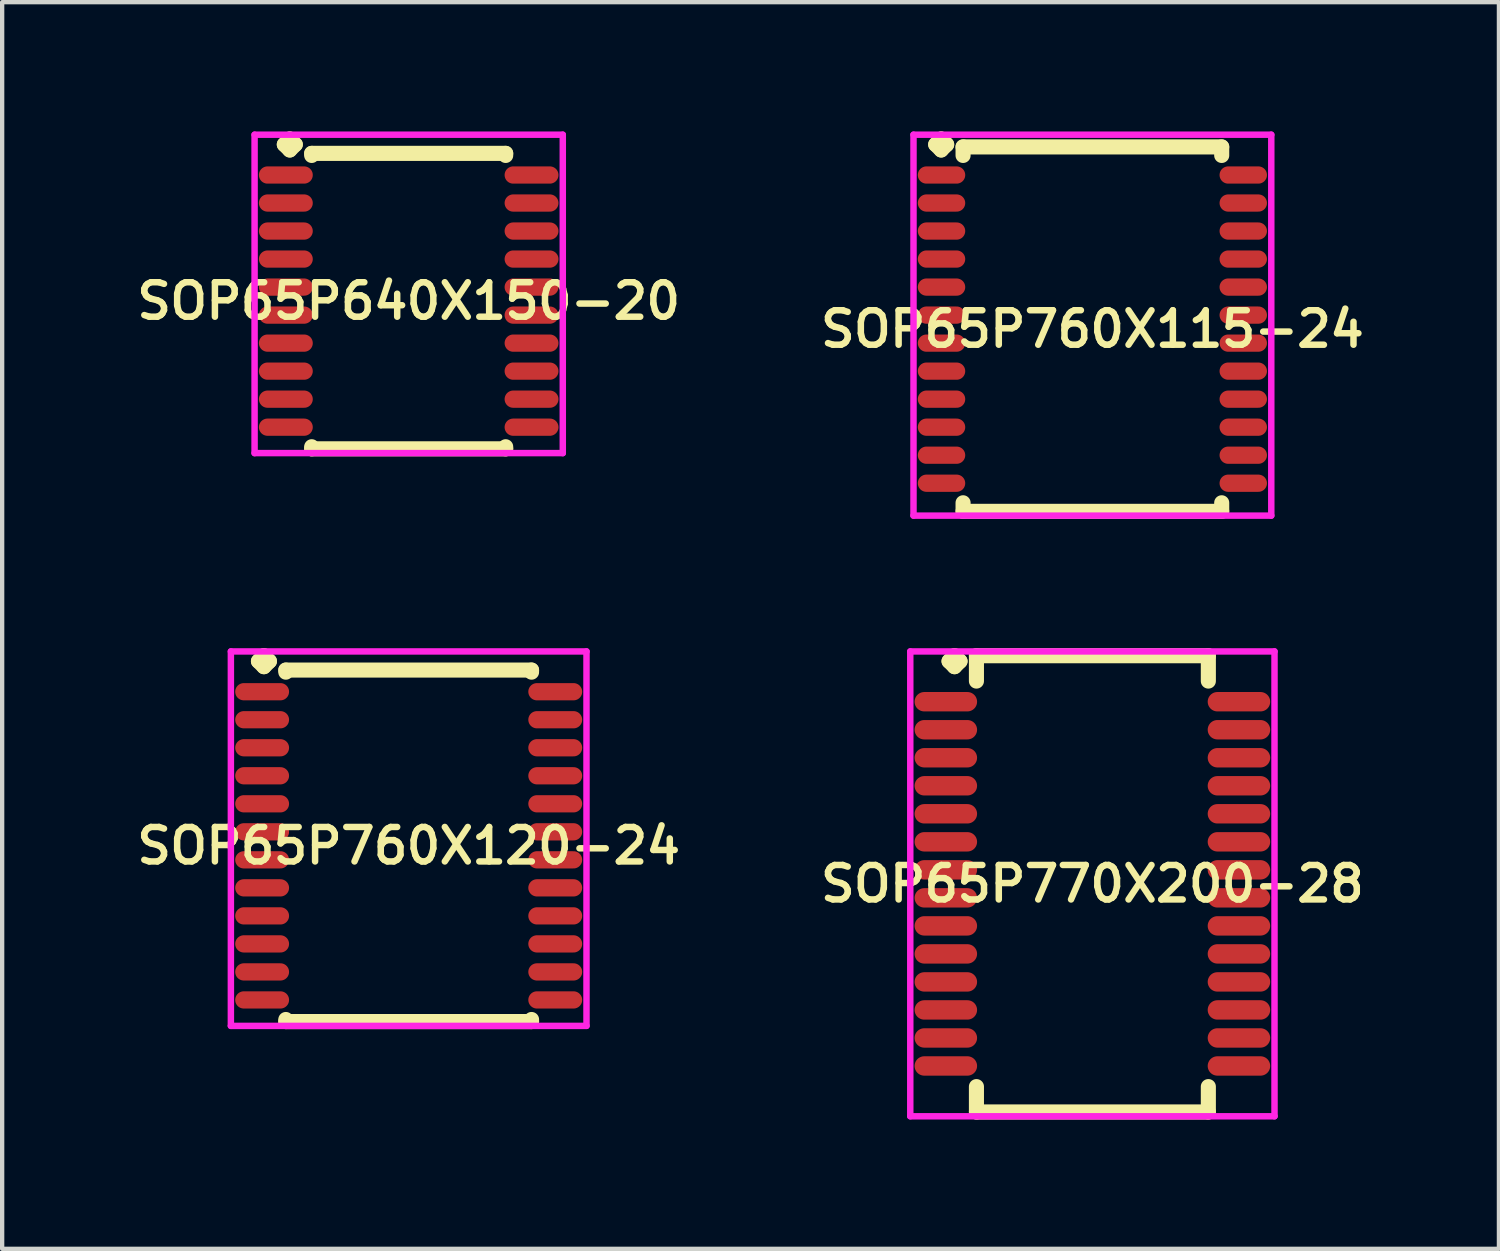
<source format=kicad_pcb>
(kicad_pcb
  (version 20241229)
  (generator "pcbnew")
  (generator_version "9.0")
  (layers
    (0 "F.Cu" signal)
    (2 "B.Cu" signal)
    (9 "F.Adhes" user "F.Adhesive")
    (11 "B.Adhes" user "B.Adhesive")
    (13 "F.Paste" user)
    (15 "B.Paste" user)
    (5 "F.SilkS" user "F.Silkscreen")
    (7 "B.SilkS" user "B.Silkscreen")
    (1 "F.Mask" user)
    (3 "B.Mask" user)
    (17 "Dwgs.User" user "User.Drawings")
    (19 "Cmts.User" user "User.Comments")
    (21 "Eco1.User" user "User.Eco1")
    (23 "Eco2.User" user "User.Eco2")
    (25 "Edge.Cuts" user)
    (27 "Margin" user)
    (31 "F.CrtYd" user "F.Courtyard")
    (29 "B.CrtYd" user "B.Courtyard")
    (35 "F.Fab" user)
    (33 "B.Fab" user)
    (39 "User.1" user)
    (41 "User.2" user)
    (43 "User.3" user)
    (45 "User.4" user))
  (footprint "SOP65P760X120-24"
    (layer "F.Cu")
    (at 6.431 16.572)
    (property "Reference" "SOP65P760X120-24" (at 0 0 0) (layer "F.SilkS") (effects (font (size 0.8 0.8) (thickness 0.15))))
    (attr through_hole)
    (fp_line (start -3.485 -4.283) (end -3.358 -4.41) (stroke (width 0.35) (type solid)) (layer "F.SilkS"))
    (fp_line (start -3.358 -4.41) (end -3.231 -4.283) (stroke (width 0.35) (type solid)) (layer "F.SilkS"))
    (fp_line (start -3.358 -4.156) (end -3.485 -4.283) (stroke (width 0.35) (type solid)) (layer "F.SilkS"))
    (fp_line (start -3.231 -4.283) (end -3.358 -4.156) (stroke (width 0.35) (type solid)) (layer "F.SilkS"))
    (fp_line (start -2.85 -4.077) (end 2.85 -4.077) (stroke (width 0.35) (type solid)) (layer "F.SilkS"))
    (fp_line (start -2.85 -4.029) (end -2.85 -4.077) (stroke (width 0.35) (type solid)) (layer "F.SilkS"))
    (fp_line (start -2.85 4.029) (end -2.85 4.077) (stroke (width 0.35) (type solid)) (layer "F.SilkS"))
    (fp_line (start -2.85 4.077) (end 2.85 4.077) (stroke (width 0.35) (type solid)) (layer "F.SilkS"))
    (fp_line (start 2.85 -4.077) (end 2.85 -4.029) (stroke (width 0.35) (type solid)) (layer "F.SilkS"))
    (fp_line (start 2.85 4.077) (end 2.85 4.029) (stroke (width 0.35) (type solid)) (layer "F.SilkS"))
    (fp_line (start -4.125 -4.51) (end 4.125 -4.51) (stroke (width 0.15) (type solid)) (layer "F.CrtYd"))
    (fp_line (start -4.125 4.177) (end -4.125 -4.51) (stroke (width 0.15) (type solid)) (layer "F.CrtYd"))
    (fp_line (start 4.125 -4.51) (end 4.125 4.177) (stroke (width 0.15) (type solid)) (layer "F.CrtYd"))
    (fp_line (start 4.125 4.177) (end -4.125 4.177) (stroke (width 0.15) (type solid)) (layer "F.CrtYd"))
    (pad "1" smd oval (at -3.4 -3.575) (size 1.25 0.4) (layers "F.Cu" "F.Mask" "F.Paste"))
    (pad "2" smd oval (at -3.4 -2.925) (size 1.25 0.4) (layers "F.Cu" "F.Mask" "F.Paste"))
    (pad "3" smd oval (at -3.4 -2.275) (size 1.25 0.4) (layers "F.Cu" "F.Mask" "F.Paste"))
    (pad "4" smd oval (at -3.4 -1.625) (size 1.25 0.4) (layers "F.Cu" "F.Mask" "F.Paste"))
    (pad "5" smd oval (at -3.4 -0.975) (size 1.25 0.4) (layers "F.Cu" "F.Mask" "F.Paste"))
    (pad "6" smd oval (at -3.4 -0.325) (size 1.25 0.4) (layers "F.Cu" "F.Mask" "F.Paste"))
    (pad "7" smd oval (at -3.4 0.325) (size 1.25 0.4) (layers "F.Cu" "F.Mask" "F.Paste"))
    (pad "8" smd oval (at -3.4 0.975) (size 1.25 0.4) (layers "F.Cu" "F.Mask" "F.Paste"))
    (pad "9" smd oval (at -3.4 1.625) (size 1.25 0.4) (layers "F.Cu" "F.Mask" "F.Paste"))
    (pad "10" smd oval (at -3.4 2.275) (size 1.25 0.4) (layers "F.Cu" "F.Mask" "F.Paste"))
    (pad "11" smd oval (at -3.4 2.925) (size 1.25 0.4) (layers "F.Cu" "F.Mask" "F.Paste"))
    (pad "12" smd oval (at -3.4 3.575) (size 1.25 0.4) (layers "F.Cu" "F.Mask" "F.Paste"))
    (pad "13" smd oval (at 3.4 3.575) (size 1.25 0.4) (layers "F.Cu" "F.Mask" "F.Paste"))
    (pad "14" smd oval (at 3.4 2.925) (size 1.25 0.4) (layers "F.Cu" "F.Mask" "F.Paste"))
    (pad "15" smd oval (at 3.4 2.275) (size 1.25 0.4) (layers "F.Cu" "F.Mask" "F.Paste"))
    (pad "16" smd oval (at 3.4 1.625) (size 1.25 0.4) (layers "F.Cu" "F.Mask" "F.Paste"))
    (pad "17" smd oval (at 3.4 0.975) (size 1.25 0.4) (layers "F.Cu" "F.Mask" "F.Paste"))
    (pad "18" smd oval (at 3.4 0.325) (size 1.25 0.4) (layers "F.Cu" "F.Mask" "F.Paste"))
    (pad "19" smd oval (at 3.4 -0.325) (size 1.25 0.4) (layers "F.Cu" "F.Mask" "F.Paste"))
    (pad "20" smd oval (at 3.4 -0.975) (size 1.25 0.4) (layers "F.Cu" "F.Mask" "F.Paste"))
    (pad "21" smd oval (at 3.4 -1.625) (size 1.25 0.4) (layers "F.Cu" "F.Mask" "F.Paste"))
    (pad "22" smd oval (at 3.4 -2.275) (size 1.25 0.4) (layers "F.Cu" "F.Mask" "F.Paste"))
    (pad "23" smd oval (at 3.4 -2.925) (size 1.25 0.4) (layers "F.Cu" "F.Mask" "F.Paste"))
    (pad "24" smd oval (at 3.4 -3.575) (size 1.25 0.4) (layers "F.Cu" "F.Mask" "F.Paste")))
  (footprint "SOP65P770X200-28"
    (layer "F.Cu")
    (at 22.292 17.454)
    (property "Reference" "SOP65P770X200-28" (at 0 0 0) (layer "F.SilkS") (effects (font (size 0.8 0.8) (thickness 0.15))))
    (attr through_hole)
    (fp_line (start -3.325 -5.165) (end -3.198 -5.292) (stroke (width 0.35) (type solid)) (layer "F.SilkS"))
    (fp_line (start -3.198 -5.292) (end -3.071 -5.165) (stroke (width 0.35) (type solid)) (layer "F.SilkS"))
    (fp_line (start -3.198 -5.038) (end -3.325 -5.165) (stroke (width 0.35) (type solid)) (layer "F.SilkS"))
    (fp_line (start -3.071 -5.165) (end -3.198 -5.038) (stroke (width 0.35) (type solid)) (layer "F.SilkS"))
    (fp_line (start -2.69 -5.292) (end 2.69 -5.292) (stroke (width 0.35) (type solid)) (layer "F.SilkS"))
    (fp_line (start -2.69 -4.704) (end -2.69 -5.292) (stroke (width 0.35) (type solid)) (layer "F.SilkS"))
    (fp_line (start -2.69 4.704) (end -2.69 5.292) (stroke (width 0.35) (type solid)) (layer "F.SilkS"))
    (fp_line (start -2.69 5.292) (end 2.69 5.292) (stroke (width 0.35) (type solid)) (layer "F.SilkS"))
    (fp_line (start 2.69 -5.292) (end 2.69 -4.704) (stroke (width 0.35) (type solid)) (layer "F.SilkS"))
    (fp_line (start 2.69 5.292) (end 2.69 4.704) (stroke (width 0.35) (type solid)) (layer "F.SilkS"))
    (fp_line (start -4.225 -5.392) (end 4.225 -5.392) (stroke (width 0.15) (type solid)) (layer "F.CrtYd"))
    (fp_line (start -4.225 5.392) (end -4.225 -5.392) (stroke (width 0.15) (type solid)) (layer "F.CrtYd"))
    (fp_line (start 4.225 -5.392) (end 4.225 5.392) (stroke (width 0.15) (type solid)) (layer "F.CrtYd"))
    (fp_line (start 4.225 5.392) (end -4.225 5.392) (stroke (width 0.15) (type solid)) (layer "F.CrtYd"))
    (pad "1" smd oval (at -3.4 -4.225) (size 1.45 0.45) (layers "F.Cu" "F.Mask" "F.Paste"))
    (pad "2" smd oval (at -3.4 -3.575) (size 1.45 0.45) (layers "F.Cu" "F.Mask" "F.Paste"))
    (pad "3" smd oval (at -3.4 -2.925) (size 1.45 0.45) (layers "F.Cu" "F.Mask" "F.Paste"))
    (pad "4" smd oval (at -3.4 -2.275) (size 1.45 0.45) (layers "F.Cu" "F.Mask" "F.Paste"))
    (pad "5" smd oval (at -3.4 -1.625) (size 1.45 0.45) (layers "F.Cu" "F.Mask" "F.Paste"))
    (pad "6" smd oval (at -3.4 -0.975) (size 1.45 0.45) (layers "F.Cu" "F.Mask" "F.Paste"))
    (pad "7" smd oval (at -3.4 -0.325) (size 1.45 0.45) (layers "F.Cu" "F.Mask" "F.Paste"))
    (pad "8" smd oval (at -3.4 0.325) (size 1.45 0.45) (layers "F.Cu" "F.Mask" "F.Paste"))
    (pad "9" smd oval (at -3.4 0.975) (size 1.45 0.45) (layers "F.Cu" "F.Mask" "F.Paste"))
    (pad "10" smd oval (at -3.4 1.625) (size 1.45 0.45) (layers "F.Cu" "F.Mask" "F.Paste"))
    (pad "11" smd oval (at -3.4 2.275) (size 1.45 0.45) (layers "F.Cu" "F.Mask" "F.Paste"))
    (pad "12" smd oval (at -3.4 2.925) (size 1.45 0.45) (layers "F.Cu" "F.Mask" "F.Paste"))
    (pad "13" smd oval (at -3.4 3.575) (size 1.45 0.45) (layers "F.Cu" "F.Mask" "F.Paste"))
    (pad "14" smd oval (at -3.4 4.225) (size 1.45 0.45) (layers "F.Cu" "F.Mask" "F.Paste"))
    (pad "15" smd oval (at 3.4 4.225) (size 1.45 0.45) (layers "F.Cu" "F.Mask" "F.Paste"))
    (pad "16" smd oval (at 3.4 3.575) (size 1.45 0.45) (layers "F.Cu" "F.Mask" "F.Paste"))
    (pad "17" smd oval (at 3.4 2.925) (size 1.45 0.45) (layers "F.Cu" "F.Mask" "F.Paste"))
    (pad "18" smd oval (at 3.4 2.275) (size 1.45 0.45) (layers "F.Cu" "F.Mask" "F.Paste"))
    (pad "19" smd oval (at 3.4 1.625) (size 1.45 0.45) (layers "F.Cu" "F.Mask" "F.Paste"))
    (pad "20" smd oval (at 3.4 0.975) (size 1.45 0.45) (layers "F.Cu" "F.Mask" "F.Paste"))
    (pad "21" smd oval (at 3.4 0.325) (size 1.45 0.45) (layers "F.Cu" "F.Mask" "F.Paste"))
    (pad "22" smd oval (at 3.4 -0.325) (size 1.45 0.45) (layers "F.Cu" "F.Mask" "F.Paste"))
    (pad "23" smd oval (at 3.4 -0.975) (size 1.45 0.45) (layers "F.Cu" "F.Mask" "F.Paste"))
    (pad "24" smd oval (at 3.4 -1.625) (size 1.45 0.45) (layers "F.Cu" "F.Mask" "F.Paste"))
    (pad "25" smd oval (at 3.4 -2.275) (size 1.45 0.45) (layers "F.Cu" "F.Mask" "F.Paste"))
    (pad "26" smd oval (at 3.4 -2.925) (size 1.45 0.45) (layers "F.Cu" "F.Mask" "F.Paste"))
    (pad "27" smd oval (at 3.4 -3.575) (size 1.45 0.45) (layers "F.Cu" "F.Mask" "F.Paste"))
    (pad "28" smd oval (at 3.4 -4.225) (size 1.45 0.45) (layers "F.Cu" "F.Mask" "F.Paste")))
  (footprint "SOP65P640X150-20"
    (layer "F.Cu")
    (at 6.431 3.935)
    (property "Reference" "SOP65P640X150-20" (at 0 0 0) (layer "F.SilkS") (effects (font (size 0.8 0.8) (thickness 0.15))))
    (attr through_hole)
    (fp_line (start -2.885 -3.633) (end -2.758 -3.76) (stroke (width 0.35) (type solid)) (layer "F.SilkS"))
    (fp_line (start -2.758 -3.76) (end -2.631 -3.633) (stroke (width 0.35) (type solid)) (layer "F.SilkS"))
    (fp_line (start -2.758 -3.506) (end -2.885 -3.633) (stroke (width 0.35) (type solid)) (layer "F.SilkS"))
    (fp_line (start -2.631 -3.633) (end -2.758 -3.506) (stroke (width 0.35) (type solid)) (layer "F.SilkS"))
    (fp_line (start -2.25 -3.427) (end 2.25 -3.427) (stroke (width 0.35) (type solid)) (layer "F.SilkS"))
    (fp_line (start -2.25 -3.379) (end -2.25 -3.427) (stroke (width 0.35) (type solid)) (layer "F.SilkS"))
    (fp_line (start -2.25 3.379) (end -2.25 3.427) (stroke (width 0.35) (type solid)) (layer "F.SilkS"))
    (fp_line (start -2.25 3.427) (end 2.25 3.427) (stroke (width 0.35) (type solid)) (layer "F.SilkS"))
    (fp_line (start 2.25 -3.427) (end 2.25 -3.379) (stroke (width 0.35) (type solid)) (layer "F.SilkS"))
    (fp_line (start 2.25 3.427) (end 2.25 3.379) (stroke (width 0.35) (type solid)) (layer "F.SilkS"))
    (fp_line (start -3.575 -3.86) (end 3.575 -3.86) (stroke (width 0.15) (type solid)) (layer "F.CrtYd"))
    (fp_line (start -3.575 3.527) (end -3.575 -3.86) (stroke (width 0.15) (type solid)) (layer "F.CrtYd"))
    (fp_line (start 3.575 -3.86) (end 3.575 3.527) (stroke (width 0.15) (type solid)) (layer "F.CrtYd"))
    (fp_line (start 3.575 3.527) (end -3.575 3.527) (stroke (width 0.15) (type solid)) (layer "F.CrtYd"))
    (pad "1" smd oval (at -2.85 -2.925) (size 1.25 0.4) (layers "F.Cu" "F.Mask" "F.Paste"))
    (pad "2" smd oval (at -2.85 -2.275) (size 1.25 0.4) (layers "F.Cu" "F.Mask" "F.Paste"))
    (pad "3" smd oval (at -2.85 -1.625) (size 1.25 0.4) (layers "F.Cu" "F.Mask" "F.Paste"))
    (pad "4" smd oval (at -2.85 -0.975) (size 1.25 0.4) (layers "F.Cu" "F.Mask" "F.Paste"))
    (pad "5" smd oval (at -2.85 -0.325) (size 1.25 0.4) (layers "F.Cu" "F.Mask" "F.Paste"))
    (pad "6" smd oval (at -2.85 0.325) (size 1.25 0.4) (layers "F.Cu" "F.Mask" "F.Paste"))
    (pad "7" smd oval (at -2.85 0.975) (size 1.25 0.4) (layers "F.Cu" "F.Mask" "F.Paste"))
    (pad "8" smd oval (at -2.85 1.625) (size 1.25 0.4) (layers "F.Cu" "F.Mask" "F.Paste"))
    (pad "9" smd oval (at -2.85 2.275) (size 1.25 0.4) (layers "F.Cu" "F.Mask" "F.Paste"))
    (pad "10" smd oval (at -2.85 2.925) (size 1.25 0.4) (layers "F.Cu" "F.Mask" "F.Paste"))
    (pad "11" smd oval (at 2.85 2.925) (size 1.25 0.4) (layers "F.Cu" "F.Mask" "F.Paste"))
    (pad "12" smd oval (at 2.85 2.275) (size 1.25 0.4) (layers "F.Cu" "F.Mask" "F.Paste"))
    (pad "13" smd oval (at 2.85 1.625) (size 1.25 0.4) (layers "F.Cu" "F.Mask" "F.Paste"))
    (pad "14" smd oval (at 2.85 0.975) (size 1.25 0.4) (layers "F.Cu" "F.Mask" "F.Paste"))
    (pad "15" smd oval (at 2.85 0.325) (size 1.25 0.4) (layers "F.Cu" "F.Mask" "F.Paste"))
    (pad "16" smd oval (at 2.85 -0.325) (size 1.25 0.4) (layers "F.Cu" "F.Mask" "F.Paste"))
    (pad "17" smd oval (at 2.85 -0.975) (size 1.25 0.4) (layers "F.Cu" "F.Mask" "F.Paste"))
    (pad "18" smd oval (at 2.85 -1.625) (size 1.25 0.4) (layers "F.Cu" "F.Mask" "F.Paste"))
    (pad "19" smd oval (at 2.85 -2.275) (size 1.25 0.4) (layers "F.Cu" "F.Mask" "F.Paste"))
    (pad "20" smd oval (at 2.85 -2.925) (size 1.25 0.4) (layers "F.Cu" "F.Mask" "F.Paste")))
  (footprint "SOP65P760X115-24"
    (layer "F.Cu")
    (at 22.292 4.585)
    (property "Reference" "SOP65P760X115-24" (at 0 0 0) (layer "F.SilkS") (effects (font (size 0.8 0.8) (thickness 0.15))))
    (attr through_hole)
    (fp_line (start -3.635 -4.283) (end -3.508 -4.41) (stroke (width 0.35) (type solid)) (layer "F.SilkS"))
    (fp_line (start -3.508 -4.41) (end -3.381 -4.283) (stroke (width 0.35) (type solid)) (layer "F.SilkS"))
    (fp_line (start -3.508 -4.156) (end -3.635 -4.283) (stroke (width 0.35) (type solid)) (layer "F.SilkS"))
    (fp_line (start -3.381 -4.283) (end -3.508 -4.156) (stroke (width 0.35) (type solid)) (layer "F.SilkS"))
    (fp_line (start -3 -4.227) (end 3 -4.227) (stroke (width 0.35) (type solid)) (layer "F.SilkS"))
    (fp_line (start -3 -4.029) (end -3 -4.227) (stroke (width 0.35) (type solid)) (layer "F.SilkS"))
    (fp_line (start -3 4.029) (end -3 4.227) (stroke (width 0.35) (type solid)) (layer "F.SilkS"))
    (fp_line (start -3 4.227) (end 3 4.227) (stroke (width 0.35) (type solid)) (layer "F.SilkS"))
    (fp_line (start 3 -4.227) (end 3 -4.029) (stroke (width 0.35) (type solid)) (layer "F.SilkS"))
    (fp_line (start 3 4.227) (end 3 4.029) (stroke (width 0.35) (type solid)) (layer "F.SilkS"))
    (fp_line (start -4.15 -4.51) (end 4.15 -4.51) (stroke (width 0.15) (type solid)) (layer "F.CrtYd"))
    (fp_line (start -4.15 4.327) (end -4.15 -4.51) (stroke (width 0.15) (type solid)) (layer "F.CrtYd"))
    (fp_line (start 4.15 -4.51) (end 4.15 4.327) (stroke (width 0.15) (type solid)) (layer "F.CrtYd"))
    (fp_line (start 4.15 4.327) (end -4.15 4.327) (stroke (width 0.15) (type solid)) (layer "F.CrtYd"))
    (pad "1" smd oval (at -3.5 -3.575) (size 1.1 0.4) (layers "F.Cu" "F.Mask" "F.Paste"))
    (pad "2" smd oval (at -3.5 -2.925) (size 1.1 0.4) (layers "F.Cu" "F.Mask" "F.Paste"))
    (pad "3" smd oval (at -3.5 -2.275) (size 1.1 0.4) (layers "F.Cu" "F.Mask" "F.Paste"))
    (pad "4" smd oval (at -3.5 -1.625) (size 1.1 0.4) (layers "F.Cu" "F.Mask" "F.Paste"))
    (pad "5" smd oval (at -3.5 -0.975) (size 1.1 0.4) (layers "F.Cu" "F.Mask" "F.Paste"))
    (pad "6" smd oval (at -3.5 -0.325) (size 1.1 0.4) (layers "F.Cu" "F.Mask" "F.Paste"))
    (pad "7" smd oval (at -3.5 0.325) (size 1.1 0.4) (layers "F.Cu" "F.Mask" "F.Paste"))
    (pad "8" smd oval (at -3.5 0.975) (size 1.1 0.4) (layers "F.Cu" "F.Mask" "F.Paste"))
    (pad "9" smd oval (at -3.5 1.625) (size 1.1 0.4) (layers "F.Cu" "F.Mask" "F.Paste"))
    (pad "10" smd oval (at -3.5 2.275) (size 1.1 0.4) (layers "F.Cu" "F.Mask" "F.Paste"))
    (pad "11" smd oval (at -3.5 2.925) (size 1.1 0.4) (layers "F.Cu" "F.Mask" "F.Paste"))
    (pad "12" smd oval (at -3.5 3.575) (size 1.1 0.4) (layers "F.Cu" "F.Mask" "F.Paste"))
    (pad "13" smd oval (at 3.5 3.575) (size 1.1 0.4) (layers "F.Cu" "F.Mask" "F.Paste"))
    (pad "14" smd oval (at 3.5 2.925) (size 1.1 0.4) (layers "F.Cu" "F.Mask" "F.Paste"))
    (pad "15" smd oval (at 3.5 2.275) (size 1.1 0.4) (layers "F.Cu" "F.Mask" "F.Paste"))
    (pad "16" smd oval (at 3.5 1.625) (size 1.1 0.4) (layers "F.Cu" "F.Mask" "F.Paste"))
    (pad "17" smd oval (at 3.5 0.975) (size 1.1 0.4) (layers "F.Cu" "F.Mask" "F.Paste"))
    (pad "18" smd oval (at 3.5 0.325) (size 1.1 0.4) (layers "F.Cu" "F.Mask" "F.Paste"))
    (pad "19" smd oval (at 3.5 -0.325) (size 1.1 0.4) (layers "F.Cu" "F.Mask" "F.Paste"))
    (pad "20" smd oval (at 3.5 -0.975) (size 1.1 0.4) (layers "F.Cu" "F.Mask" "F.Paste"))
    (pad "21" smd oval (at 3.5 -1.625) (size 1.1 0.4) (layers "F.Cu" "F.Mask" "F.Paste"))
    (pad "22" smd oval (at 3.5 -2.275) (size 1.1 0.4) (layers "F.Cu" "F.Mask" "F.Paste"))
    (pad "23" smd oval (at 3.5 -2.925) (size 1.1 0.4) (layers "F.Cu" "F.Mask" "F.Paste"))
    (pad "24" smd oval (at 3.5 -3.575) (size 1.1 0.4) (layers "F.Cu" "F.Mask" "F.Paste")))
  (gr_rect
    (start -3 -3)
    (end 31.723 25.921)
    (stroke (width 0.1) (type default))
    (fill no)
    (layer "Edge.Cuts")))
</source>
